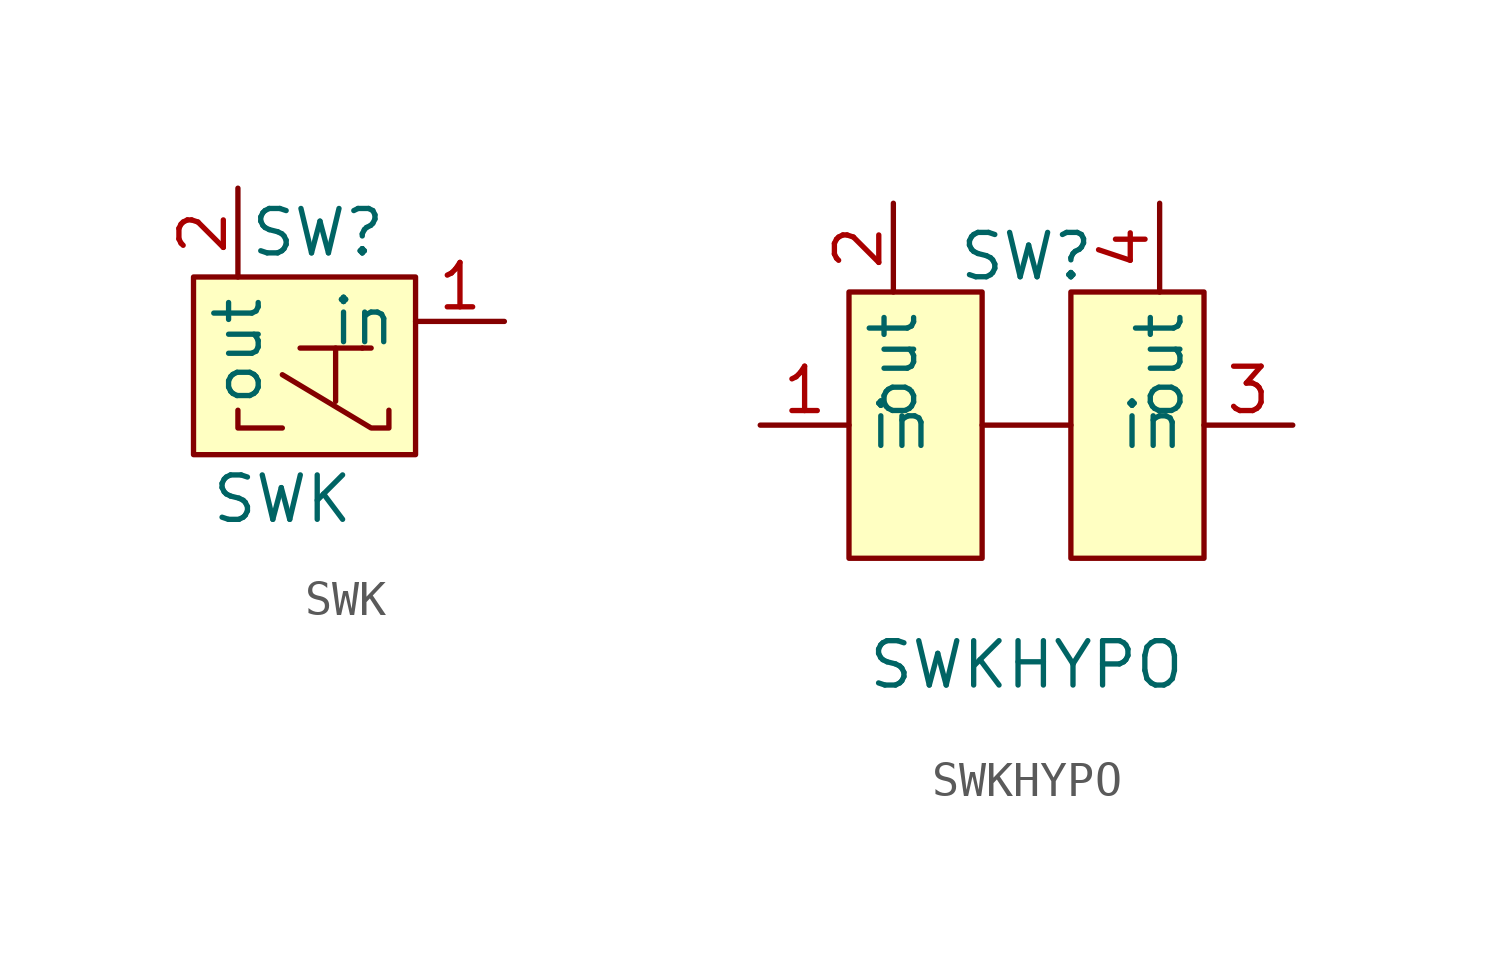
<source format=kicad_sym>
(kicad_symbol_lib
  (version 20231120)
  (generator "kicad_symbol_editor")
  (generator_version "8.0")
  (symbol "SWK"
    (property "Reference" "SW"
      (at 1.016 3.81 0)
      (effects (font (size 1.27 1.27))))
    (property "Value" "SWK"
      (at 0 -3.81 0)
      (effects (font (size 1.27 1.27))))
    (symbol "SWK_0_1"
      (rectangle (start -2.54 2.54) (end 3.81 -2.54) (stroke (width 0) (type default)) (fill (type background)))
      (polyline (pts (xy 1.524 0.508) (xy 1.524 -1.016)) (stroke (width 0) (type default)) (fill (type none)))
      (polyline (pts (xy 2.286 0.508) (xy 2.54 0.508)) (stroke (width 0) (type default)) (fill (type none)))
      (polyline (pts (xy -1.27 -1.27) (xy -1.27 -1.778) (xy 0 -1.778)) (stroke (width 0) (type default)) (fill (type none)))
      (polyline (pts (xy 0.508 0.508) (xy 2.032 0.508) (xy 2.286 0.508)) (stroke (width 0) (type default)) (fill (type none)))
      (polyline (pts (xy 0 -0.254) (xy 2.54 -1.778) (xy 3.048 -1.778) (xy 3.048 -1.27)) (stroke (width 0) (type default)) (fill (type none))))
    (symbol "SWK_1_1"
      (pin passive line (at 6.35 1.27 180) (length 2.54) (name "in" (effects (font (size 1.27 1.27)))) (number "1" (effects (font (size 1.27 1.27)))))
      (pin passive line (at -1.27 5.08 270) (length 2.54) (name "out" (effects (font (size 1.27 1.27)))) (number "2" (effects (font (size 1.27 1.27)))))))
  (symbol "SWKHYPO"
    (property "Reference" "SW"
      (at 0 4.826 0)
      (effects (font (size 1.27 1.27))))
    (property "Value" "SWKHYPO"
      (at 0 -6.858 0)
      (effects (font (size 1.27 1.27))))
    (symbol "SWKHYPO_0_1"
      (rectangle (start -5.08 3.81) (end -1.27 -3.81) (stroke (width 0) (type default)) (fill (type background)))
      (polyline (pts (xy -1.27 0) (xy 1.27 0)) (stroke (width 0) (type default)) (fill (type none)))
      (rectangle (start 1.27 3.81) (end 5.08 -3.81) (stroke (width 0) (type default)) (fill (type background))))
    (symbol "SWKHYPO_1_1"
      (pin passive line (at -7.62 0 0) (length 2.54) (name "in" (effects (font (size 1.27 1.27)))) (number "1" (effects (font (size 1.27 1.27)))))
      (pin passive line (at -3.81 6.35 270) (length 2.54) (name "out" (effects (font (size 1.27 1.27)))) (number "2" (effects (font (size 1.27 1.27)))))
      (pin passive line (at 7.62 0 180) (length 2.54) (name "in" (effects (font (size 1.27 1.27)))) (number "3" (effects (font (size 1.27 1.27)))))
      (pin passive line (at 3.81 6.35 270) (length 2.54) (name "out" (effects (font (size 1.27 1.27)))) (number "4" (effects (font (size 1.27 1.27))))))))
</source>
